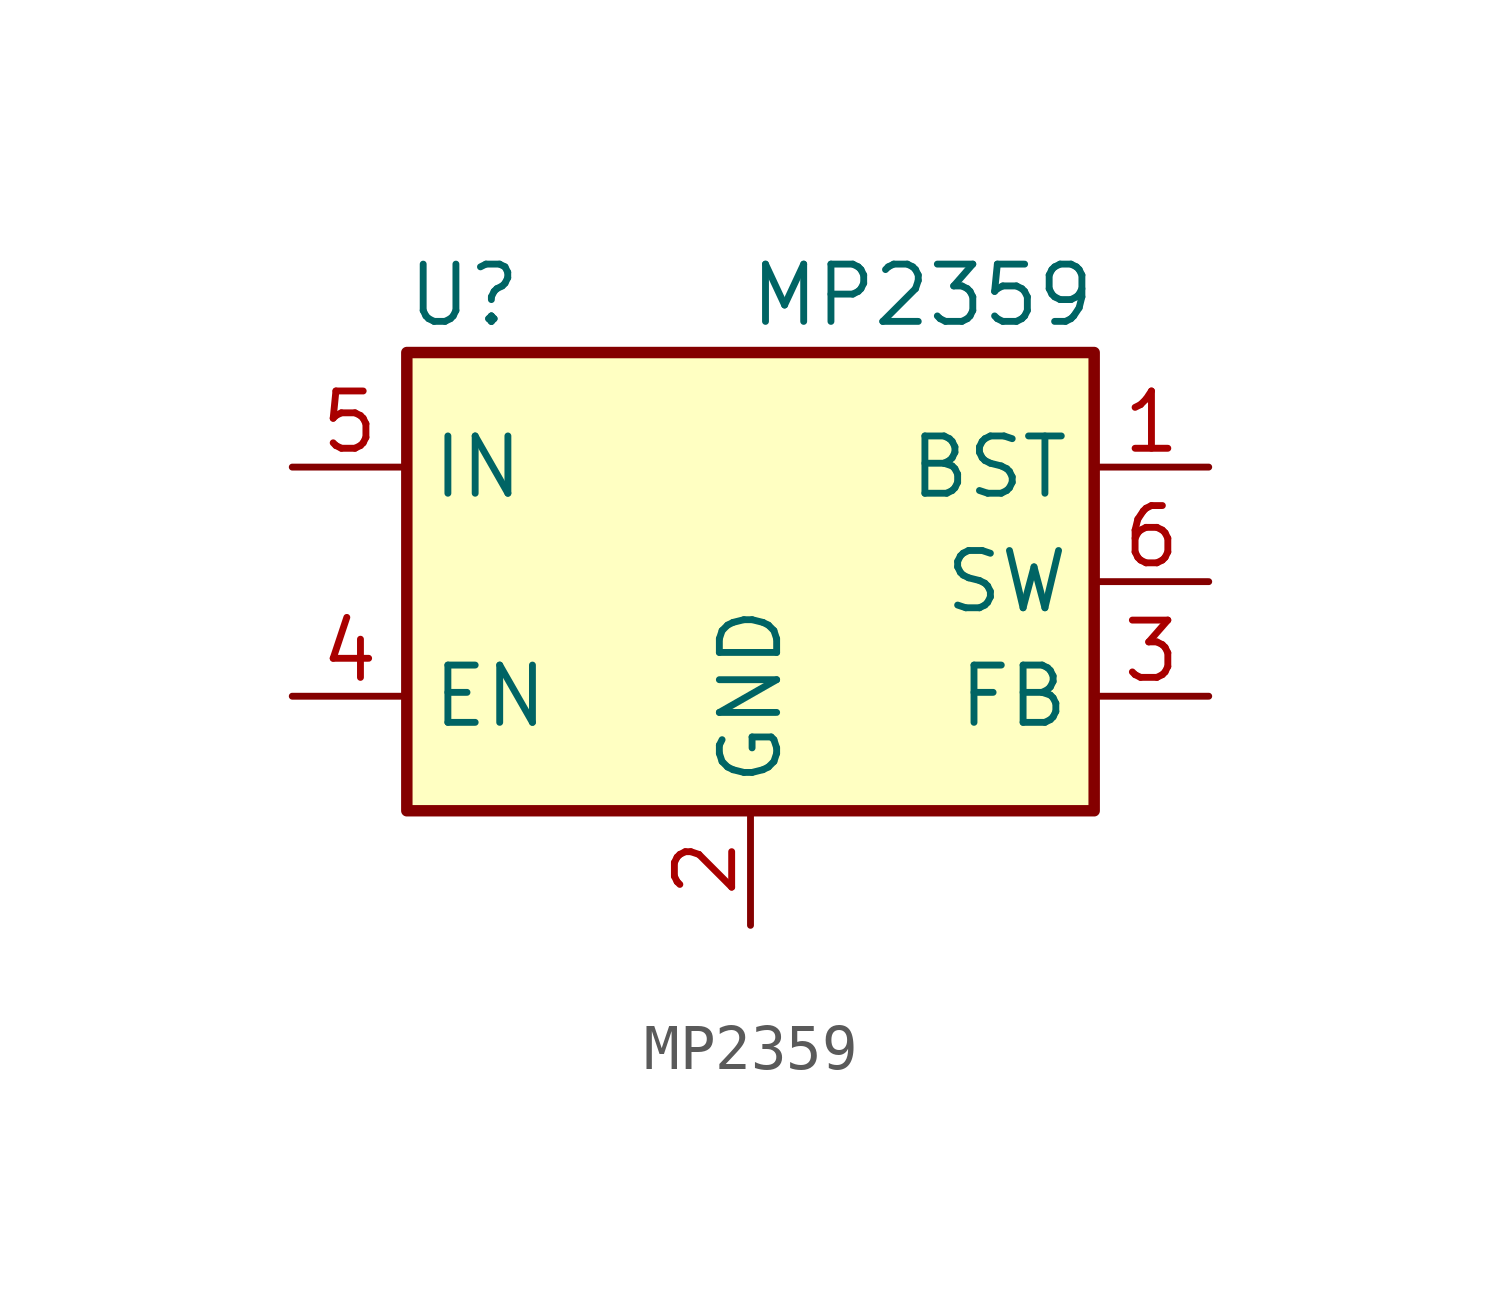
<source format=kicad_sym>
(kicad_symbol_lib
  (version 20231120)
  (generator "kicad_symbol_editor")
  (generator_version "8.0")
  (symbol "MP2359"
    (property "Reference" "U"
      (at -6.35 6.35 0)
      (effects (font (size 1.27 1.27))))
    (property "Value" "MP2359"
      (at 3.81 6.35 0)
      (effects (font (size 1.27 1.27))))
    (symbol "MP2359_0_1"
      (rectangle (start -7.62 5.08) (end 7.62 -5.08) (stroke (width 0.254) (type default)) (fill (type background))))
    (symbol "MP2359_1_1"
      (pin passive line (at 10.16 2.54 180) (length 2.54) (name "BST" (effects (font (size 1.27 1.27)))) (number "1" (effects (font (size 1.27 1.27)))))
      (pin power_in line (at 0 -7.62 90) (length 2.54) (name "GND" (effects (font (size 1.27 1.27)))) (number "2" (effects (font (size 1.27 1.27)))))
      (pin input line (at 10.16 -2.54 180) (length 2.54) (name "FB" (effects (font (size 1.27 1.27)))) (number "3" (effects (font (size 1.27 1.27)))))
      (pin input line (at -10.16 -2.54 0) (length 2.54) (name "EN" (effects (font (size 1.27 1.27)))) (number "4" (effects (font (size 1.27 1.27)))))
      (pin power_in line (at -10.16 2.54 0) (length 2.54) (name "IN" (effects (font (size 1.27 1.27)))) (number "5" (effects (font (size 1.27 1.27)))))
      (pin power_out line (at 10.16 0 180) (length 2.54) (name "SW" (effects (font (size 1.27 1.27)))) (number "6" (effects (font (size 1.27 1.27))))))))
</source>
